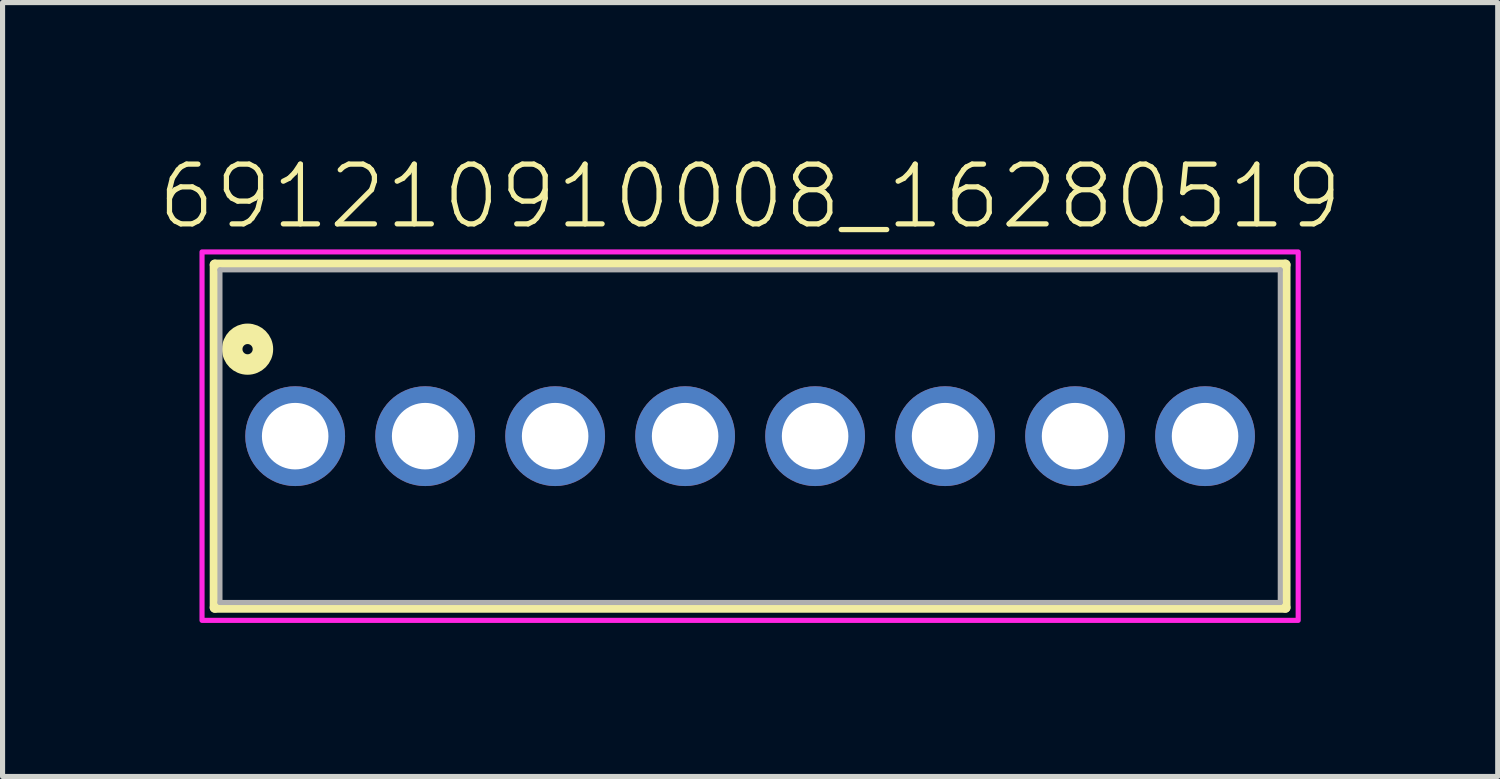
<source format=kicad_pcb>
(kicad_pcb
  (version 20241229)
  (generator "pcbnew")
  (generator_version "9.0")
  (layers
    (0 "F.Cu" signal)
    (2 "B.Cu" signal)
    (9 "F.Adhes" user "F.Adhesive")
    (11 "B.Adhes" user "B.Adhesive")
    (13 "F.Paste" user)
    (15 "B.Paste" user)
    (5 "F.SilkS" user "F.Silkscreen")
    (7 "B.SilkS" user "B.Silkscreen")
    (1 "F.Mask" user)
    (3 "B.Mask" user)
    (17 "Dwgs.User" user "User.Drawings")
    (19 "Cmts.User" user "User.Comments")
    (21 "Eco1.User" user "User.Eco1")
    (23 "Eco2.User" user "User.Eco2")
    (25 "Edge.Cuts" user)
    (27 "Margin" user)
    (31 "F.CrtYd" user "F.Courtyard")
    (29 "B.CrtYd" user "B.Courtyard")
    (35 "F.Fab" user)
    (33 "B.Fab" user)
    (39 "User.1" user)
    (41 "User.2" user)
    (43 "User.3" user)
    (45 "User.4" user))
  (footprint "691210910008_16280519"
    (layer "F.Cu")
    (at 11.608 5.473)
    (property "Reference" "691210910008_16280519" (at 0 -4 0) (unlocked yes) (layer "F.SilkS") (effects (font (size 1.168 1.168) (thickness 0.102)) (justify bottom)))
    (fp_line (start -10.46 -3.35) (end 10.46 -3.35) (stroke (width 0.2) (type solid)) (layer "F.SilkS"))
    (fp_line (start -10.46 3.35) (end -10.46 -3.35) (stroke (width 0.2) (type solid)) (layer "F.SilkS"))
    (fp_line (start 10.46 -3.35) (end 10.46 3.35) (stroke (width 0.2) (type solid)) (layer "F.SilkS"))
    (fp_line (start 10.46 3.35) (end -10.46 3.35) (stroke (width 0.2) (type solid)) (layer "F.SilkS"))
    (fp_circle (center -9.82 -1.7) (end -9.72 -1.7) (stroke (width 0.4) (type solid)) (fill no) (layer "F.SilkS"))
    (fp_poly (pts (xy 10.71 3.6) (xy -10.71 3.6) (xy -10.71 -3.6) (xy 10.71 -3.6)) (stroke (width 0.1) (type default)) (fill no) (layer "F.CrtYd"))
    (fp_line (start -10.36 -3.25) (end -10.36 3.25) (stroke (width 0.1) (type solid)) (layer "F.Fab"))
    (fp_line (start -10.36 3.25) (end 10.36 3.25) (stroke (width 0.1) (type solid)) (layer "F.Fab"))
    (fp_line (start 10.36 -3.25) (end -10.36 -3.25) (stroke (width 0.1) (type solid)) (layer "F.Fab"))
    (fp_line (start 10.36 3.25) (end 10.36 -3.25) (stroke (width 0.1) (type solid)) (layer "F.Fab"))
    (pad "1" thru_hole circle (at -8.89 0) (size 1.95 1.95) (drill 1.3) (layers "*.Cu" "*.Mask"))
    (pad "2" thru_hole circle (at -6.35 0) (size 1.95 1.95) (drill 1.3) (layers "*.Cu" "*.Mask"))
    (pad "3" thru_hole circle (at -3.81 0) (size 1.95 1.95) (drill 1.3) (layers "*.Cu" "*.Mask"))
    (pad "4" thru_hole circle (at -1.27 0) (size 1.95 1.95) (drill 1.3) (layers "*.Cu" "*.Mask"))
    (pad "5" thru_hole circle (at 1.27 0) (size 1.95 1.95) (drill 1.3) (layers "*.Cu" "*.Mask"))
    (pad "6" thru_hole circle (at 3.81 0) (size 1.95 1.95) (drill 1.3) (layers "*.Cu" "*.Mask"))
    (pad "7" thru_hole circle (at 6.35 0) (size 1.95 1.95) (drill 1.3) (layers "*.Cu" "*.Mask"))
    (pad "8" thru_hole circle (at 8.89 0) (size 1.95 1.95) (drill 1.3) (layers "*.Cu" "*.Mask")))
  (gr_rect
    (start -3 -3)
    (end 26.217 12.123)
    (stroke (width 0.1) (type default))
    (fill no)
    (layer "Edge.Cuts")))
</source>
